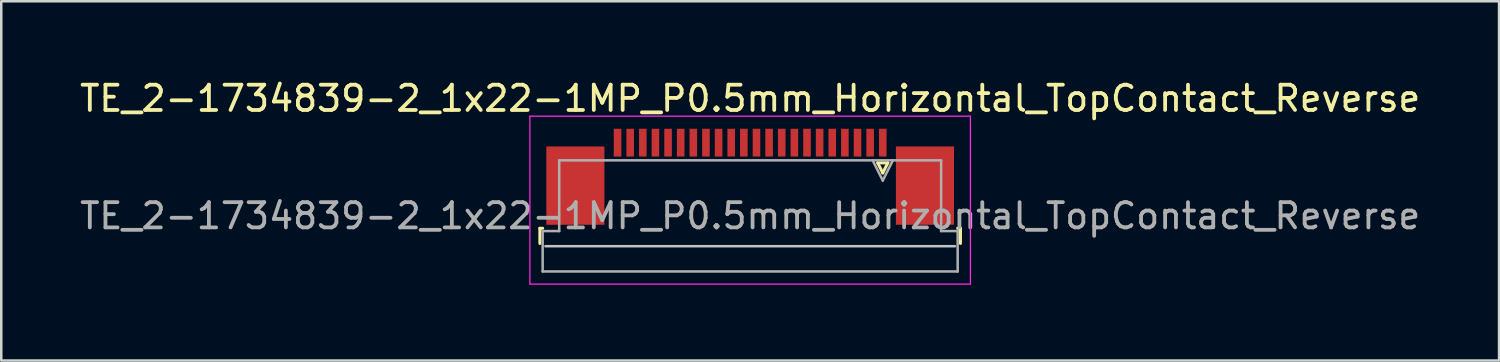
<source format=kicad_pcb>
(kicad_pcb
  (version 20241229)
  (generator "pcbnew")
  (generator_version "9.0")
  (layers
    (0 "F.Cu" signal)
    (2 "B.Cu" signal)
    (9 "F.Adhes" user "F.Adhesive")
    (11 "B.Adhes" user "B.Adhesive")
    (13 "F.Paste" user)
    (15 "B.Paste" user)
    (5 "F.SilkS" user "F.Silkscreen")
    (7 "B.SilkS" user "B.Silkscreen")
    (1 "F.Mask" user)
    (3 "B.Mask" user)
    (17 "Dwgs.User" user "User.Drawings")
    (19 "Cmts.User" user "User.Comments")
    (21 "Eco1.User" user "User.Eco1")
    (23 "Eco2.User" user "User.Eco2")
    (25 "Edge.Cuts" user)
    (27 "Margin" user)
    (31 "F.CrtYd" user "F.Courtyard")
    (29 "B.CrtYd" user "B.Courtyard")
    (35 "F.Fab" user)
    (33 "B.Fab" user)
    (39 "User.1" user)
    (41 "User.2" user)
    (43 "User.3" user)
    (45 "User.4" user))
  (footprint "TE_2-1734839-2_1x22-1MP_P0.5mm_Horizontal_TopContact_Reverse"
    (layer "F.Cu")
    (at 26.649 3.948)
    (property "Reference" "TE_2-1734839-2_1x22-1MP_P0.5mm_Horizontal_TopContact_Reverse" (at 0 -3.1 0) (layer "F.SilkS") (effects (font (size 1 1) (thickness 0.15))))
    (attr smd)
    (fp_line (start -8.325 2.04) (end -8.325 2.64) (stroke (width 0.12) (type solid)) (layer "F.SilkS"))
    (fp_line (start -8.215 2.04) (end -8.325 2.04) (stroke (width 0.12) (type solid)) (layer "F.SilkS"))
    (fp_line (start 5.05 -0.55) (end 5.25 -0.15) (stroke (width 0.12) (type solid)) (layer "F.SilkS"))
    (fp_line (start 5.05 -0.55) (end 5.45 -0.55) (stroke (width 0.12) (type solid)) (layer "F.SilkS"))
    (fp_line (start 5.25 -0.15) (end 5.45 -0.55) (stroke (width 0.12) (type solid)) (layer "F.SilkS"))
    (fp_line (start 8.215 2.04) (end 8.325 2.04) (stroke (width 0.12) (type solid)) (layer "F.SilkS"))
    (fp_line (start 8.325 2.04) (end 8.325 2.64) (stroke (width 0.12) (type solid)) (layer "F.SilkS"))
    (fp_line (start 8.105 2.75) (end -8.105 2.75) (stroke (width 0.1) (type solid)) (layer "Dwgs.User"))
    (fp_line (start -8.72 -2.4) (end -8.72 4.25) (stroke (width 0.05) (type solid)) (layer "F.CrtYd"))
    (fp_line (start -8.72 4.25) (end 8.72 4.25) (stroke (width 0.05) (type solid)) (layer "F.CrtYd"))
    (fp_line (start 8.72 -2.4) (end -8.72 -2.4) (stroke (width 0.05) (type solid)) (layer "F.CrtYd"))
    (fp_line (start 8.72 4.25) (end 8.72 -2.4) (stroke (width 0.05) (type solid)) (layer "F.CrtYd"))
    (fp_line (start -8.215 2.15) (end -7.56 2.15) (stroke (width 0.1) (type solid)) (layer "F.Fab"))
    (fp_line (start -8.215 3.75) (end -8.215 2.15) (stroke (width 0.1) (type solid)) (layer "F.Fab"))
    (fp_line (start -7.56 -0.65) (end 7.56 -0.65) (stroke (width 0.1) (type solid)) (layer "F.Fab"))
    (fp_line (start -7.56 2.15) (end -7.56 -0.65) (stroke (width 0.1) (type solid)) (layer "F.Fab"))
    (fp_line (start 4.85 -0.65) (end 5.25 0.15) (stroke (width 0.1) (type solid)) (layer "F.Fab"))
    (fp_line (start 5.25 0.15) (end 5.65 -0.65) (stroke (width 0.1) (type solid)) (layer "F.Fab"))
    (fp_line (start 7.56 -0.65) (end 7.56 2.15) (stroke (width 0.1) (type solid)) (layer "F.Fab"))
    (fp_line (start 7.56 2.15) (end 8.215 2.15) (stroke (width 0.1) (type solid)) (layer "F.Fab"))
    (fp_line (start 8.215 2.15) (end 8.215 3.75) (stroke (width 0.1) (type solid)) (layer "F.Fab"))
    (fp_line (start 8.215 3.75) (end -8.215 3.75) (stroke (width 0.1) (type solid)) (layer "F.Fab"))
    (fp_text user "${REFERENCE}" (at 0 1.55 0) (layer "F.Fab") (effects (font (size 1 1) (thickness 0.15))))
    (pad "1" smd rect (at 5.25 -1.35 180) (size 0.3 1.1) (layers "F.Cu" "F.Mask" "F.Paste"))
    (pad "2" smd rect (at 4.75 -1.35 180) (size 0.3 1.1) (layers "F.Cu" "F.Mask" "F.Paste"))
    (pad "3" smd rect (at 4.25 -1.35 180) (size 0.3 1.1) (layers "F.Cu" "F.Mask" "F.Paste"))
    (pad "4" smd rect (at 3.75 -1.35 180) (size 0.3 1.1) (layers "F.Cu" "F.Mask" "F.Paste"))
    (pad "5" smd rect (at 3.25 -1.35 180) (size 0.3 1.1) (layers "F.Cu" "F.Mask" "F.Paste"))
    (pad "6" smd rect (at 2.75 -1.35 180) (size 0.3 1.1) (layers "F.Cu" "F.Mask" "F.Paste"))
    (pad "7" smd rect (at 2.25 -1.35 180) (size 0.3 1.1) (layers "F.Cu" "F.Mask" "F.Paste"))
    (pad "8" smd rect (at 1.75 -1.35 180) (size 0.3 1.1) (layers "F.Cu" "F.Mask" "F.Paste"))
    (pad "9" smd rect (at 1.25 -1.35 180) (size 0.3 1.1) (layers "F.Cu" "F.Mask" "F.Paste"))
    (pad "10" smd rect (at 0.75 -1.35 180) (size 0.3 1.1) (layers "F.Cu" "F.Mask" "F.Paste"))
    (pad "11" smd rect (at 0.25 -1.35 180) (size 0.3 1.1) (layers "F.Cu" "F.Mask" "F.Paste"))
    (pad "12" smd rect (at -0.25 -1.35 180) (size 0.3 1.1) (layers "F.Cu" "F.Mask" "F.Paste"))
    (pad "13" smd rect (at -0.75 -1.35 180) (size 0.3 1.1) (layers "F.Cu" "F.Mask" "F.Paste"))
    (pad "14" smd rect (at -1.25 -1.35 180) (size 0.3 1.1) (layers "F.Cu" "F.Mask" "F.Paste"))
    (pad "15" smd rect (at -1.75 -1.35 180) (size 0.3 1.1) (layers "F.Cu" "F.Mask" "F.Paste"))
    (pad "16" smd rect (at -2.25 -1.35 180) (size 0.3 1.1) (layers "F.Cu" "F.Mask" "F.Paste"))
    (pad "17" smd rect (at -2.75 -1.35 180) (size 0.3 1.1) (layers "F.Cu" "F.Mask" "F.Paste"))
    (pad "18" smd rect (at -3.25 -1.35 180) (size 0.3 1.1) (layers "F.Cu" "F.Mask" "F.Paste"))
    (pad "19" smd rect (at -3.75 -1.35 180) (size 0.3 1.1) (layers "F.Cu" "F.Mask" "F.Paste"))
    (pad "20" smd rect (at -4.25 -1.35 180) (size 0.3 1.1) (layers "F.Cu" "F.Mask" "F.Paste"))
    (pad "21" smd rect (at -4.75 -1.35 180) (size 0.3 1.1) (layers "F.Cu" "F.Mask" "F.Paste"))
    (pad "22" smd rect (at -5.25 -1.35 180) (size 0.3 1.1) (layers "F.Cu" "F.Mask" "F.Paste"))
    (pad "MP" smd rect (at -6.92 0.35) (size 2.3 3.1) (layers "F.Cu" "F.Mask" "F.Paste"))
    (pad "MP" smd rect (at 6.92 0.35) (size 2.3 3.1) (layers "F.Cu" "F.Mask" "F.Paste")))
  (gr_rect
    (start -3 -3)
    (end 56.298 11.223)
    (stroke (width 0.1) (type default))
    (fill no)
    (layer "Edge.Cuts")))
</source>
